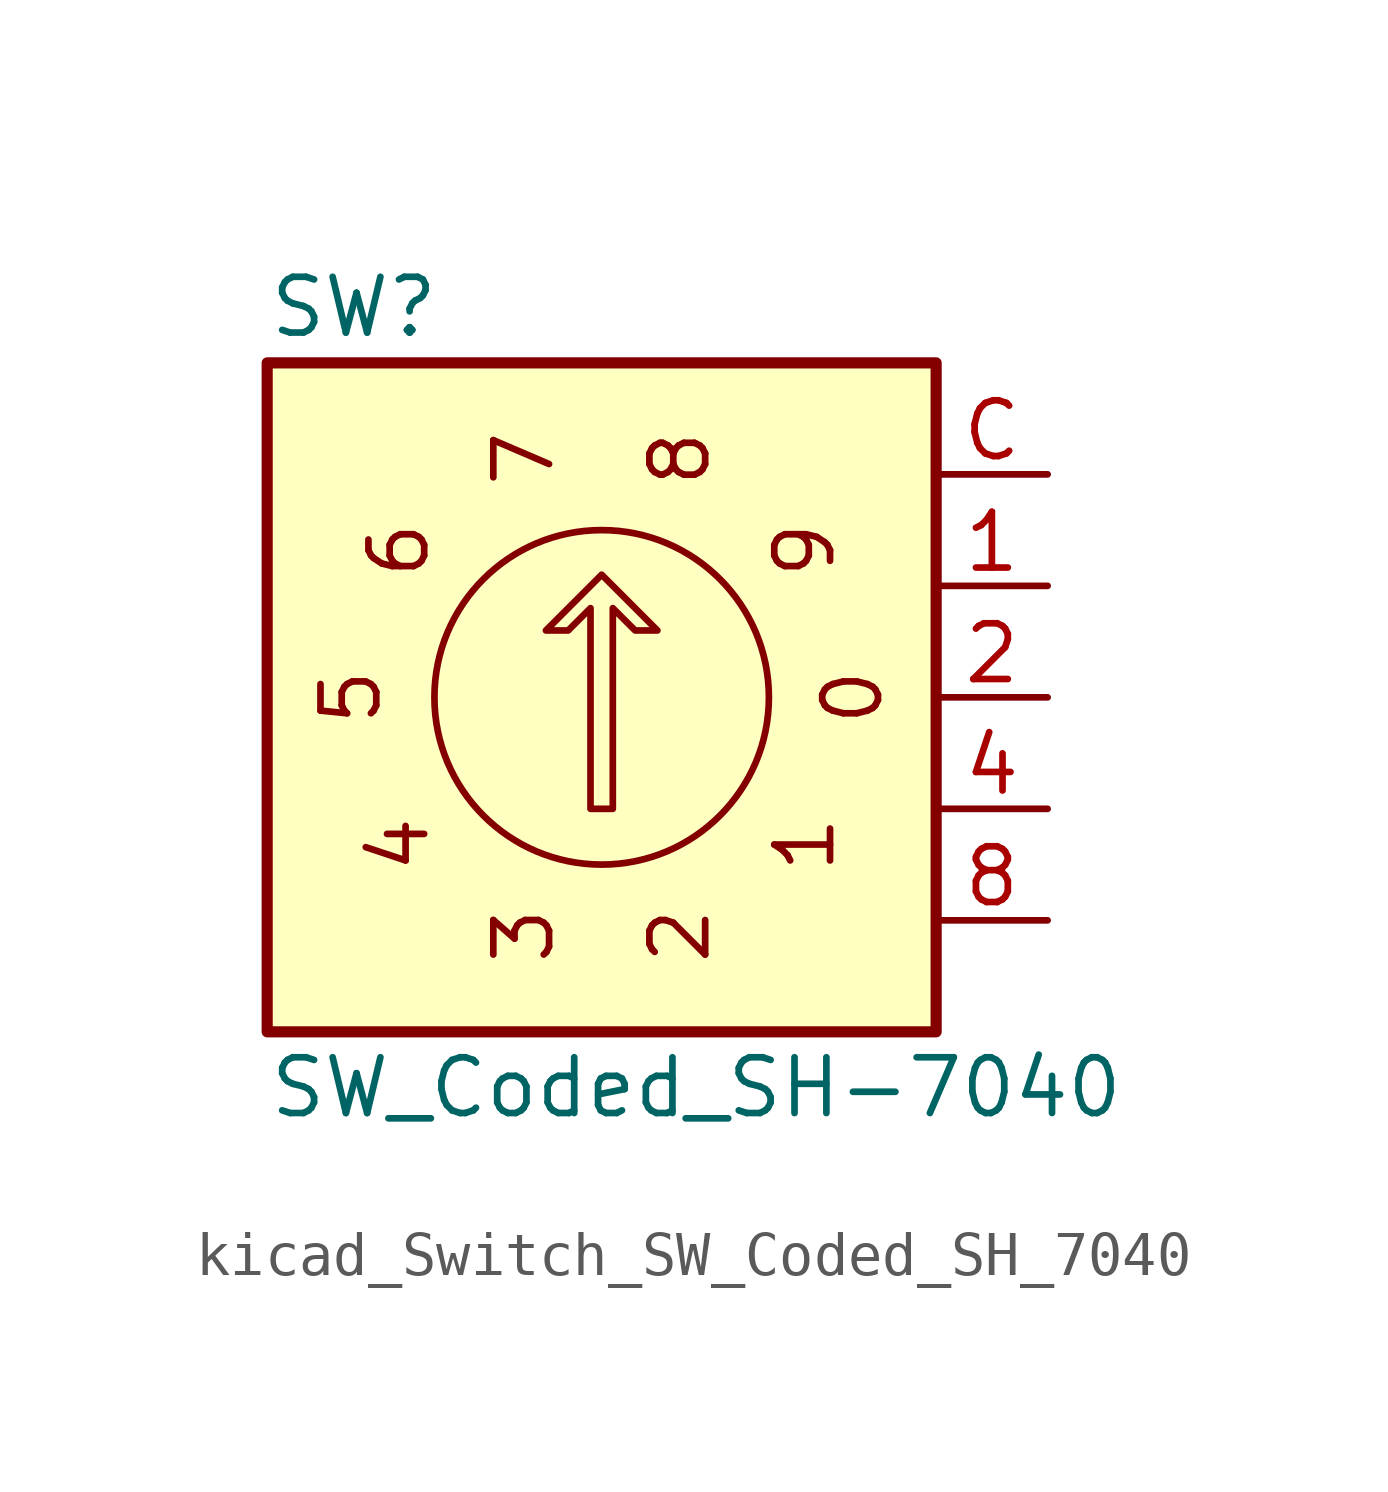
<source format=kicad_sym>
(kicad_symbol_lib
  (version 20220914)
  (generator kicad_symbol_editor)
  (symbol "kicad_Switch_SW_Coded_SH_7040"
    (pin_names hide)
    (property "Reference" "SW"
      (at -7.62 8.89 0)
      (effects (font (size 1.27 1.27)) (justify left)))
    (property "Value" "SW_Coded_SH-7040"
      (at -7.62 -8.89 0)
      (effects (font (size 1.27 1.27)) (justify left)))
    (symbol "kicad_Switch_SW_Coded_SH_7040_0_0"
      (text "0" (at 5.715 0 2700) (effects (font (size 1.27 1.27))))
      (text "1" (at 4.623 -3.353 2340) (effects (font (size 1.27 1.27))))
      (text "2" (at 1.778 -5.436 1980) (effects (font (size 1.27 1.27))))
      (text "3" (at -1.778 -5.436 1620) (effects (font (size 1.27 1.27))))
      (text "4" (at -4.623 -3.353 1260) (effects (font (size 1.27 1.27))))
      (text "5" (at -5.715 0 900) (effects (font (size 1.27 1.27))))
      (text "6" (at -4.623 3.353 540) (effects (font (size 1.27 1.27))))
      (text "7" (at -1.778 5.436 180) (effects (font (size 1.27 1.27))))
      (text "8" (at 1.778 5.436 3420) (effects (font (size 1.27 1.27))))
      (text "9" (at 4.623 3.353 3060) (effects (font (size 1.27 1.27)))))
    (symbol "kicad_Switch_SW_Coded_SH_7040_0_1"
      (polyline (pts (xy -0.254 -2.54) (xy -0.254 2.032) (xy -0.762 1.524) (xy -1.27 1.524) (xy 0 2.794) (xy 1.27 1.524) (xy 0.762 1.524) (xy 0.254 2.032) (xy 0.254 -2.54) (xy -0.254 -2.54) (xy -0.254 -2.54)) (stroke (width 0) (type default)) (fill (type none)))
      (circle (center 0 0) (radius 3.81) (stroke (width 0) (type default)) (fill (type none)))
      (rectangle (start 7.62 7.62) (end -7.62 -7.62) (stroke (width 0.254) (type default)) (fill (type background))))
    (symbol "kicad_Switch_SW_Coded_SH_7040_1_1"
      (pin passive line (at 10.16 2.54 180) (length 2.54) (name "1" (effects (font (size 1.27 1.27)))) (number "1" (effects (font (size 1.27 1.27)))))
      (pin passive line (at 10.16 0 180) (length 2.54) (name "2" (effects (font (size 1.27 1.27)))) (number "2" (effects (font (size 1.27 1.27)))))
      (pin passive line (at 10.16 -2.54 180) (length 2.54) (name "4" (effects (font (size 1.27 1.27)))) (number "4" (effects (font (size 1.27 1.27)))))
      (pin passive line (at 10.16 -5.08 180) (length 2.54) (name "8" (effects (font (size 1.27 1.27)))) (number "8" (effects (font (size 1.27 1.27)))))
      (pin passive line (at 10.16 5.08 180) (length 2.54) (name "C" (effects (font (size 1.27 1.27)))) (number "C" (effects (font (size 1.27 1.27))))))))
</source>
